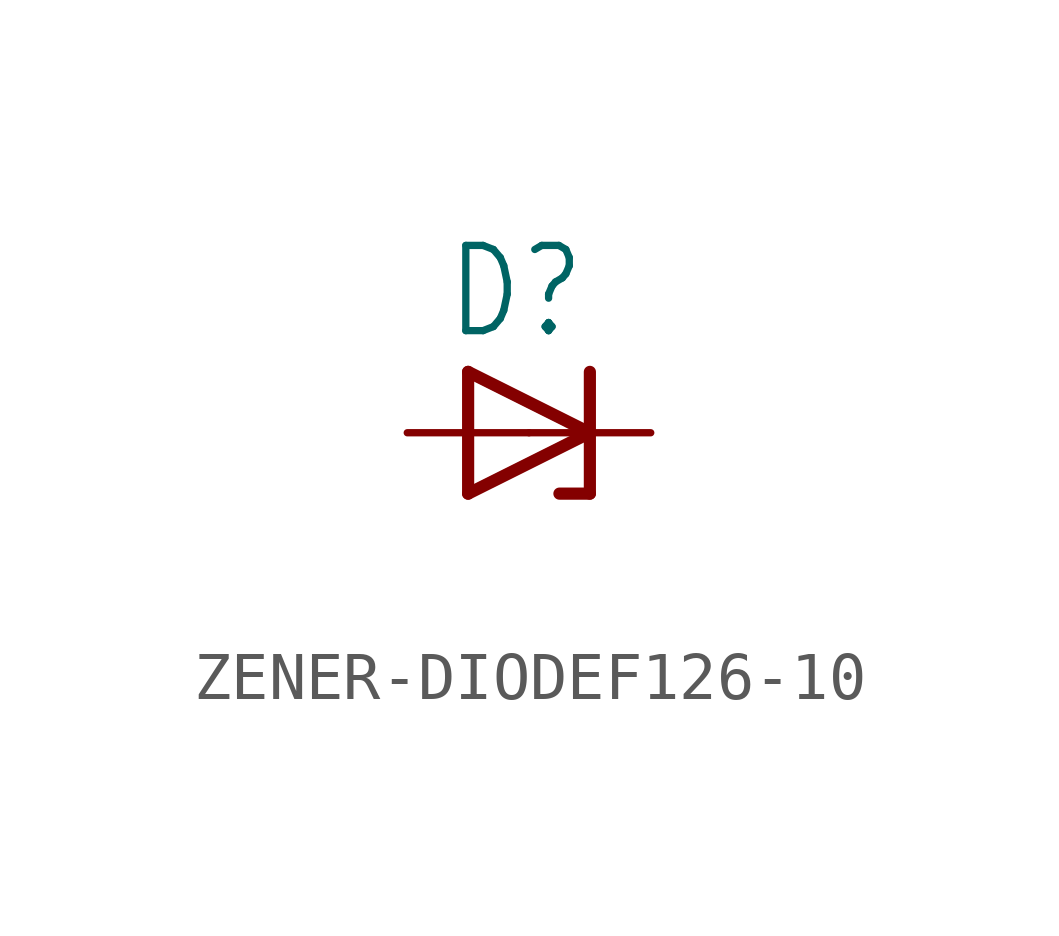
<source format=kicad_sym>
(kicad_symbol_lib
  (version 20231120)
  (generator "kicad_symbol_editor")
  (generator_version "8.0")
  (symbol "ZENER-DIODEF126-10"
    (property "Reference" "D"
      (at -1.778 1.905 0)
      (effects (font (size 1.778 1.511)) (justify left bottom)))
    (property "Value" ""
      (at -1.778 -3.429 0)
      (effects (font (size 1.778 1.511)) (justify left bottom)))
    (property "ki_locked" ""
      (at 0 0 0)
      (effects (font (size 1.27 1.27))))
    (symbol "ZENER-DIODEF126-10_1_0"
      (polyline (pts (xy -1.27 -1.27) (xy 1.27 0)) (stroke (width 0.254) (type solid)) (fill (type none)))
      (polyline (pts (xy -1.27 1.27) (xy -1.27 -1.27)) (stroke (width 0.254) (type solid)) (fill (type none)))
      (polyline (pts (xy 1.27 -1.27) (xy 0.635 -1.27)) (stroke (width 0.254) (type solid)) (fill (type none)))
      (polyline (pts (xy 1.27 0) (xy -1.27 1.27)) (stroke (width 0.254) (type solid)) (fill (type none)))
      (polyline (pts (xy 1.27 0) (xy 1.27 -1.27)) (stroke (width 0.254) (type solid)) (fill (type none)))
      (polyline (pts (xy 1.27 1.27) (xy 1.27 0)) (stroke (width 0.254) (type solid)) (fill (type none)))
      (pin passive line (at -2.54 0 0) (length 2.54) (name "A" (effects (font (size 0 0)))) (number "A" (effects (font (size 0 0)))))
      (pin passive line (at 2.54 0 180) (length 2.54) (name "C" (effects (font (size 0 0)))) (number "C" (effects (font (size 0 0))))))))
</source>
